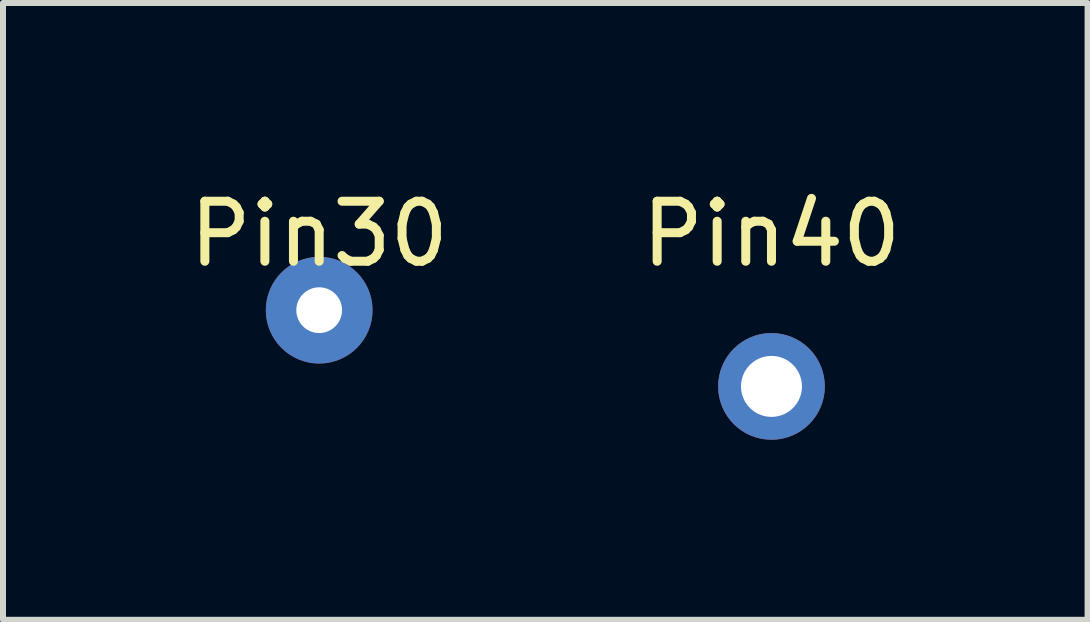
<source format=kicad_pcb>
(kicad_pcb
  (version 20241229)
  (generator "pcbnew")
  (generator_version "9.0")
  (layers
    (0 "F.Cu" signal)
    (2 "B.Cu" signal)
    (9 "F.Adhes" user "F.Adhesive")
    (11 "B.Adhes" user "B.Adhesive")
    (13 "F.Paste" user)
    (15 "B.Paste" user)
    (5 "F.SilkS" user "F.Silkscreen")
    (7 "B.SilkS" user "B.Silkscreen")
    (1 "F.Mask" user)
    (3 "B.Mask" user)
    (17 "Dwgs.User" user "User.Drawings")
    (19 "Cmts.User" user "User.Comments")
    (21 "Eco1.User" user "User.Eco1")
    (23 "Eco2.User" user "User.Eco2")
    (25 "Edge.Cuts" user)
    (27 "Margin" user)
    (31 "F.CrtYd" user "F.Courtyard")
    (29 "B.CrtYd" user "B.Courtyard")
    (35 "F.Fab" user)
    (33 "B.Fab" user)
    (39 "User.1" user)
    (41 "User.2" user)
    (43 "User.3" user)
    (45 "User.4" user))
  (footprint "Pin40"
    (layer "F.Cu")
    (at 9.804 3.388)
    (property "Reference" "Pin40" (at 0 -2.54 0) (layer "F.SilkS") (effects (font (size 1 1) (thickness 0.15))))
    (attr through_hole)
    (pad "1" thru_hole circle (at 0 0) (size 1.778 1.778) (drill 1.016) (layers "*.Cu" "*.Mask")))
  (footprint "Pin30"
    (layer "F.Cu")
    (at 2.268 2.118)
    (property "Reference" "Pin30" (at 0 -1.27 0) (layer "F.SilkS") (effects (font (size 1 1) (thickness 0.15))))
    (attr through_hole)
    (pad "1" thru_hole circle (at 0 0) (size 1.778 1.778) (drill 0.762) (layers "*.Cu" "*.Mask")))
  (gr_rect
    (start -3 -3)
    (end 15.071 7.277)
    (stroke (width 0.1) (type default))
    (fill no)
    (layer "Edge.Cuts")))
</source>
